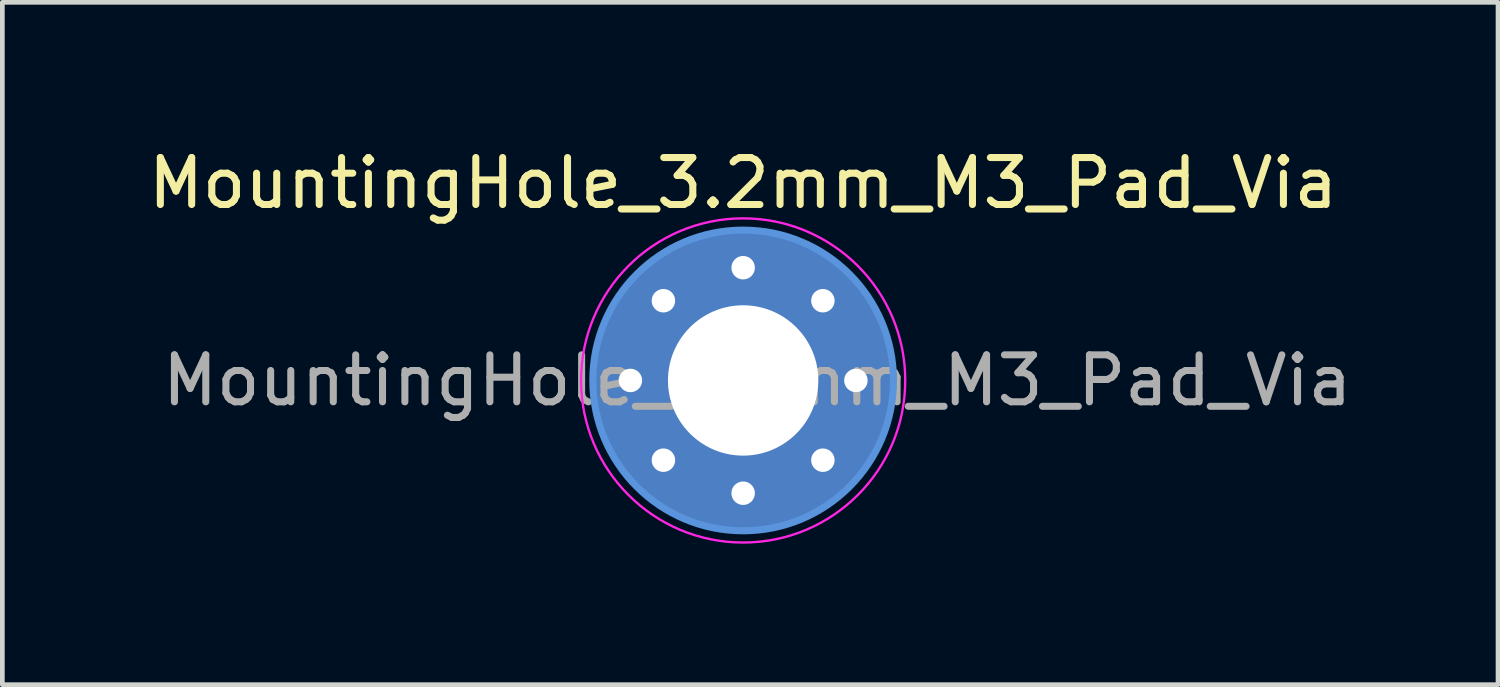
<source format=kicad_pcb>
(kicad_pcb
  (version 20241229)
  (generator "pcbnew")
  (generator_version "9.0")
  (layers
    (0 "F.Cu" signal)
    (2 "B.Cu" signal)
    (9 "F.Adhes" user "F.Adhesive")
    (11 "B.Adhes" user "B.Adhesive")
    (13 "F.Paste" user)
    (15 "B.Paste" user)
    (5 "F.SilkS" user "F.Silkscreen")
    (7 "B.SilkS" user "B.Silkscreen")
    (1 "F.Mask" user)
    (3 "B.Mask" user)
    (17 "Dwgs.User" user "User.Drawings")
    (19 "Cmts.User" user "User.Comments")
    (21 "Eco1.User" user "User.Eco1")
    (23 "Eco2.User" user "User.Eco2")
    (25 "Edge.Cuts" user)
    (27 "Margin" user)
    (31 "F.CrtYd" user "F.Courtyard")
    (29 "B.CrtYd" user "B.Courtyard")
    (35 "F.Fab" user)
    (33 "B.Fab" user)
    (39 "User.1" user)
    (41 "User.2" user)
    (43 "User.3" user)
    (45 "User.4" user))
  (footprint "MountingHole_3.2mm_M3_Pad_Via"
    (layer "F.Cu")
    (at 12.768 5.048)
    (property "Reference" "MountingHole_3.2mm_M3_Pad_Via" (at 0 -4.2 0) (layer "F.SilkS") (effects (font (size 1 1) (thickness 0.15))))
    (attr exclude_from_pos_files exclude_from_bom)
    (fp_circle (center 0 0) (end 3.2 0) (stroke (width 0.15) (type solid)) (fill no) (layer "Cmts.User"))
    (fp_circle (center 0 0) (end 3.45 0) (stroke (width 0.05) (type solid)) (fill no) (layer "F.CrtYd"))
    (fp_text user "${REFERENCE}" (at 0.3 0 0) (layer "F.Fab") (effects (font (size 1 1) (thickness 0.15))))
    (pad "1" thru_hole circle (at -2.4 0) (size 0.8 0.8) (drill 0.5) (layers "*.Cu" "*.Mask"))
    (pad "1" thru_hole circle (at -1.697 -1.697) (size 0.8 0.8) (drill 0.5) (layers "*.Cu" "*.Mask"))
    (pad "1" thru_hole circle (at -1.697 1.697) (size 0.8 0.8) (drill 0.5) (layers "*.Cu" "*.Mask"))
    (pad "1" thru_hole circle (at 0 -2.4) (size 0.8 0.8) (drill 0.5) (layers "*.Cu" "*.Mask"))
    (pad "1" thru_hole circle (at 0 0) (size 6.4 6.4) (drill 3.2) (layers "*.Cu" "*.Mask"))
    (pad "1" thru_hole circle (at 0 2.4) (size 0.8 0.8) (drill 0.5) (layers "*.Cu" "*.Mask"))
    (pad "1" thru_hole circle (at 1.697 -1.697) (size 0.8 0.8) (drill 0.5) (layers "*.Cu" "*.Mask"))
    (pad "1" thru_hole circle (at 1.697 1.697) (size 0.8 0.8) (drill 0.5) (layers "*.Cu" "*.Mask"))
    (pad "1" thru_hole circle (at 2.4 0) (size 0.8 0.8) (drill 0.5) (layers "*.Cu" "*.Mask")))
  (gr_rect
    (start -3 -3)
    (end 28.836 11.523)
    (stroke (width 0.1) (type default))
    (fill no)
    (layer "Edge.Cuts")))
</source>
